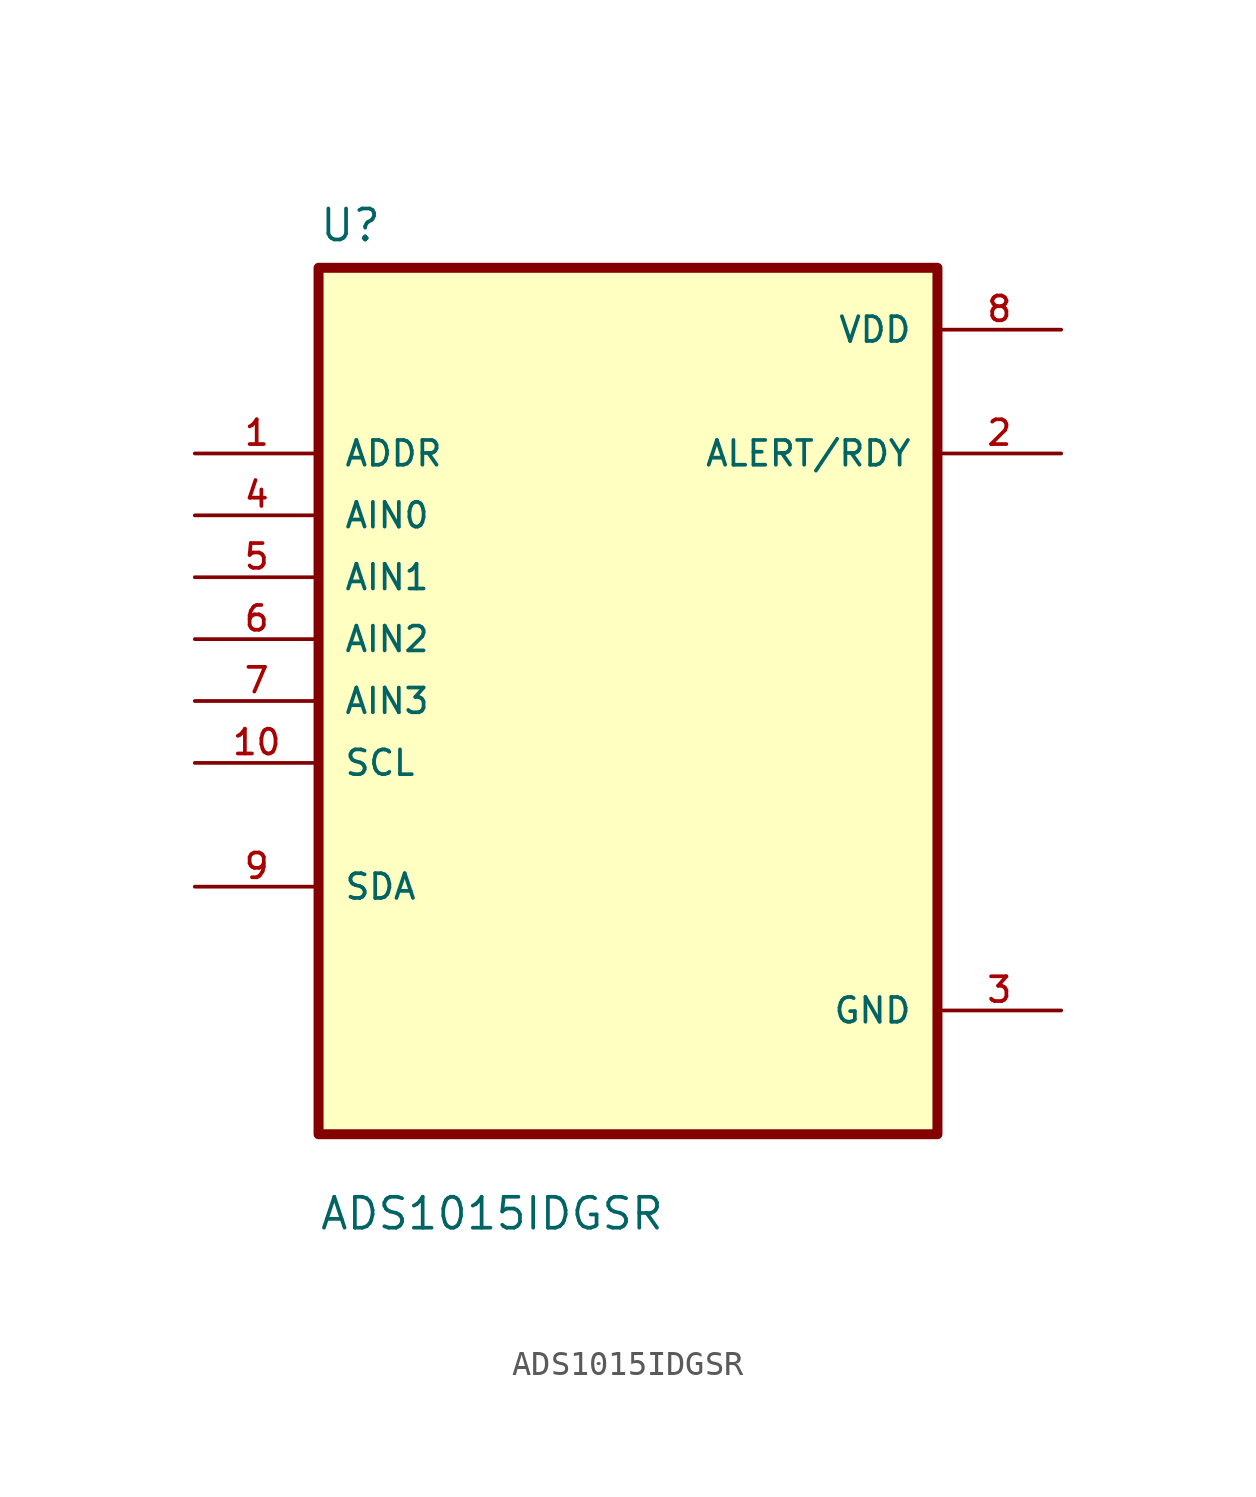
<source format=kicad_sym>
(kicad_symbol_lib
  (version 20211014)
  (generator kicad_symbol_editor)
  (symbol "ADS1015IDGSR"
    (pin_names
      (offset 1.016))
    (property "Reference" "U"
      (at -12.7 18.78 0.0)
      (effects (font (size 1.27 1.27)) (justify bottom left)))
    (property "Value" "ADS1015IDGSR"
      (at -12.7 -21.78 0.0)
      (effects (font (size 1.27 1.27)) (justify bottom left)))
    (symbol "ADS1015IDGSR_0_0"
      (rectangle (start -12.7 -17.78) (end 12.7 17.78) (stroke (width 0.41)) (fill (type background)))
      (pin input line (at -17.78 10.16 0) (length 5.08) (name "ADDR" (effects (font (size 1.016 1.016)))) (number "1" (effects (font (size 1.016 1.016)))))
      (pin input line (at -17.78 7.62 0) (length 5.08) (name "AIN0" (effects (font (size 1.016 1.016)))) (number "4" (effects (font (size 1.016 1.016)))))
      (pin input line (at -17.78 5.08 0) (length 5.08) (name "AIN1" (effects (font (size 1.016 1.016)))) (number "5" (effects (font (size 1.016 1.016)))))
      (pin input line (at -17.78 2.54 0) (length 5.08) (name "AIN2" (effects (font (size 1.016 1.016)))) (number "6" (effects (font (size 1.016 1.016)))))
      (pin input line (at -17.78 0.0 0) (length 5.08) (name "AIN3" (effects (font (size 1.016 1.016)))) (number "7" (effects (font (size 1.016 1.016)))))
      (pin input line (at -17.78 -2.54 0) (length 5.08) (name "SCL" (effects (font (size 1.016 1.016)))) (number "10" (effects (font (size 1.016 1.016)))))
      (pin bidirectional line (at -17.78 -7.62 0) (length 5.08) (name "SDA" (effects (font (size 1.016 1.016)))) (number "9" (effects (font (size 1.016 1.016)))))
      (pin power_in line (at 17.78 15.24 180.0) (length 5.08) (name "VDD" (effects (font (size 1.016 1.016)))) (number "8" (effects (font (size 1.016 1.016)))))
      (pin output line (at 17.78 10.16 180.0) (length 5.08) (name "ALERT/RDY" (effects (font (size 1.016 1.016)))) (number "2" (effects (font (size 1.016 1.016)))))
      (pin power_in line (at 17.78 -12.7 180.0) (length 5.08) (name "GND" (effects (font (size 1.016 1.016)))) (number "3" (effects (font (size 1.016 1.016))))))))
</source>
